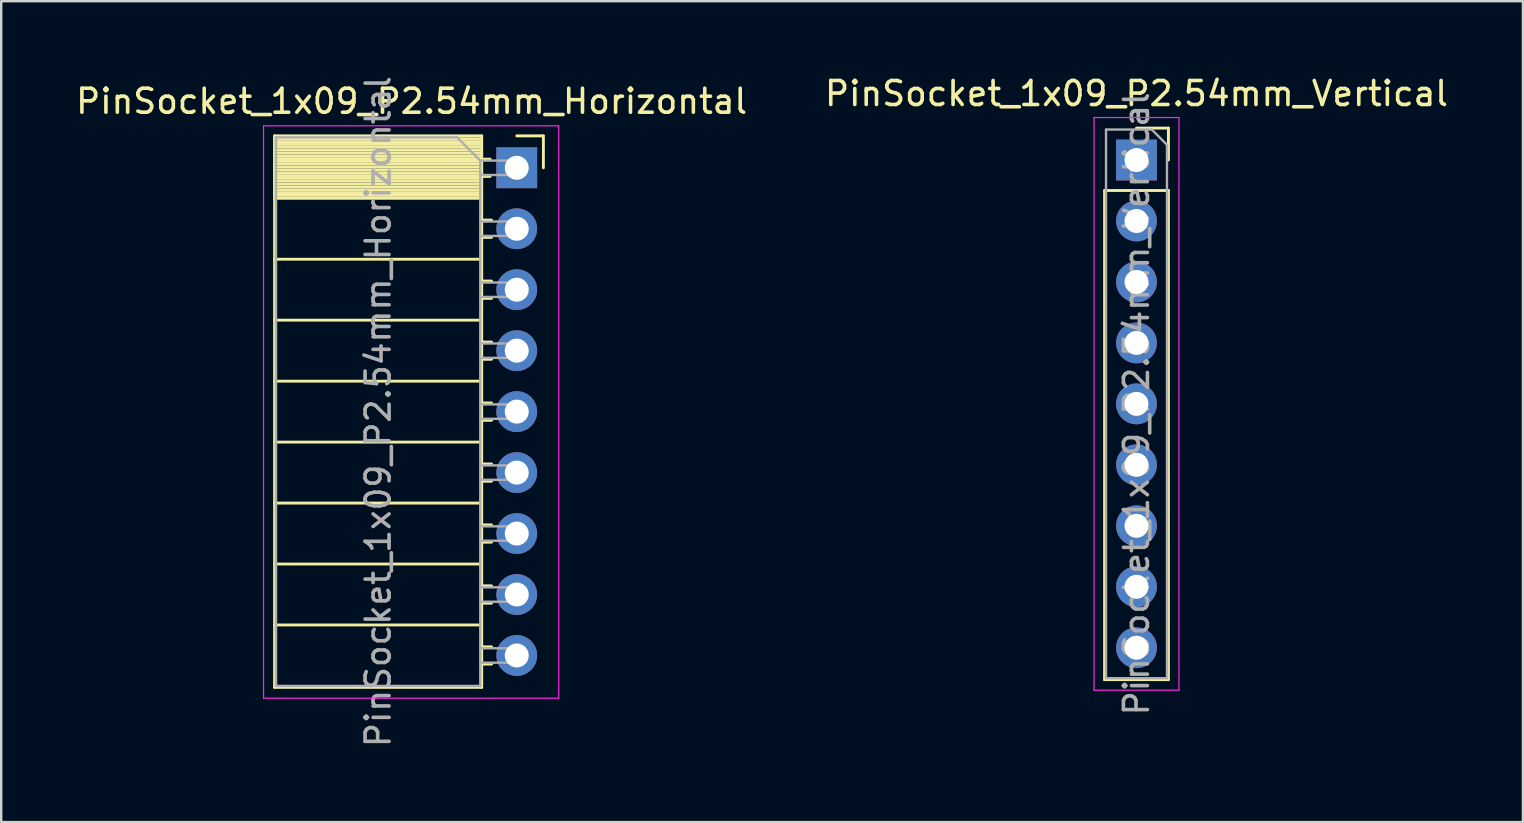
<source format=kicad_pcb>
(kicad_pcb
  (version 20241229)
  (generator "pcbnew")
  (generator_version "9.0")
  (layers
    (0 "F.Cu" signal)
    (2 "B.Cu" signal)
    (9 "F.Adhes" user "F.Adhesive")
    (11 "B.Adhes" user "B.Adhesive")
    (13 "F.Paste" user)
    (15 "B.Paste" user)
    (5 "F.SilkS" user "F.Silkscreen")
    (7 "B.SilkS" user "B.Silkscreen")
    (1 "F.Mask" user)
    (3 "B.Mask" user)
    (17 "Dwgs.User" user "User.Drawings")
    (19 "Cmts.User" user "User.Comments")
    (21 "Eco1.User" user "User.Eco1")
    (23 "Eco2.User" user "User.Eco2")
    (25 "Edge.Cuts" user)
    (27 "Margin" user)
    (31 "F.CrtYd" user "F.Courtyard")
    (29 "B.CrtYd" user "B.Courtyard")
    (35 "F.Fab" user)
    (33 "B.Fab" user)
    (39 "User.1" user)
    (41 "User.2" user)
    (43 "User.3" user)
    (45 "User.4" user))
  (footprint "PinSocket_1x09_P2.54mm_Vertical"
    (layer "F.Cu")
    (at 44.304 3.618)
    (property "Reference" "PinSocket_1x09_P2.54mm_Vertical" (at 0 -2.77 0) (layer "F.SilkS") (effects (font (size 1 1) (thickness 0.15))))
    (attr through_hole)
    (fp_line (start -1.33 1.27) (end -1.33 21.65) (stroke (width 0.12) (type solid)) (layer "F.SilkS"))
    (fp_line (start -1.33 1.27) (end 1.33 1.27) (stroke (width 0.12) (type solid)) (layer "F.SilkS"))
    (fp_line (start -1.33 21.65) (end 1.33 21.65) (stroke (width 0.12) (type solid)) (layer "F.SilkS"))
    (fp_line (start 0 -1.33) (end 1.33 -1.33) (stroke (width 0.12) (type solid)) (layer "F.SilkS"))
    (fp_line (start 1.33 -1.33) (end 1.33 0) (stroke (width 0.12) (type solid)) (layer "F.SilkS"))
    (fp_line (start 1.33 1.27) (end 1.33 21.65) (stroke (width 0.12) (type solid)) (layer "F.SilkS"))
    (fp_line (start -1.77 -1.77) (end 1.77 -1.77) (stroke (width 0.05) (type solid)) (layer "F.CrtYd"))
    (fp_line (start -1.77 22.09) (end -1.77 -1.77) (stroke (width 0.05) (type solid)) (layer "F.CrtYd"))
    (fp_line (start 1.77 -1.77) (end 1.77 22.09) (stroke (width 0.05) (type solid)) (layer "F.CrtYd"))
    (fp_line (start 1.77 22.09) (end -1.77 22.09) (stroke (width 0.05) (type solid)) (layer "F.CrtYd"))
    (fp_line (start -1.27 -1.27) (end 0.635 -1.27) (stroke (width 0.1) (type solid)) (layer "F.Fab"))
    (fp_line (start -1.27 21.59) (end -1.27 -1.27) (stroke (width 0.1) (type solid)) (layer "F.Fab"))
    (fp_line (start 0.635 -1.27) (end 1.27 -0.635) (stroke (width 0.1) (type solid)) (layer "F.Fab"))
    (fp_line (start 1.27 -0.635) (end 1.27 21.59) (stroke (width 0.1) (type solid)) (layer "F.Fab"))
    (fp_line (start 1.27 21.59) (end -1.27 21.59) (stroke (width 0.1) (type solid)) (layer "F.Fab"))
    (fp_text user "${REFERENCE}" (at 0 10.16 90) (layer "F.Fab") (effects (font (size 1 1) (thickness 0.15))))
    (pad "1" thru_hole rect (at 0 0) (size 1.7 1.7) (drill 1) (layers "*.Cu" "*.Mask"))
    (pad "2" thru_hole circle (at 0 2.54) (size 1.7 1.7) (drill 1) (layers "*.Cu" "*.Mask"))
    (pad "3" thru_hole circle (at 0 5.08) (size 1.7 1.7) (drill 1) (layers "*.Cu" "*.Mask"))
    (pad "4" thru_hole circle (at 0 7.62) (size 1.7 1.7) (drill 1) (layers "*.Cu" "*.Mask"))
    (pad "5" thru_hole circle (at 0 10.16) (size 1.7 1.7) (drill 1) (layers "*.Cu" "*.Mask"))
    (pad "6" thru_hole circle (at 0 12.7) (size 1.7 1.7) (drill 1) (layers "*.Cu" "*.Mask"))
    (pad "7" thru_hole circle (at 0 15.24) (size 1.7 1.7) (drill 1) (layers "*.Cu" "*.Mask"))
    (pad "8" thru_hole circle (at 0 17.78) (size 1.7 1.7) (drill 1) (layers "*.Cu" "*.Mask"))
    (pad "9" thru_hole circle (at 0 20.32) (size 1.7 1.7) (drill 1) (layers "*.Cu" "*.Mask")))
  (footprint "PinSocket_1x09_P2.54mm_Horizontal"
    (layer "F.Cu")
    (at 18.481 3.941)
    (property "Reference" "PinSocket_1x09_P2.54mm_Horizontal" (at -4.38 -2.77 0) (layer "F.SilkS") (effects (font (size 1 1) (thickness 0.15))))
    (attr through_hole)
    (fp_line (start -10.09 -1.33) (end -10.09 21.65) (stroke (width 0.12) (type solid)) (layer "F.SilkS"))
    (fp_line (start -10.09 -1.33) (end -1.46 -1.33) (stroke (width 0.12) (type solid)) (layer "F.SilkS"))
    (fp_line (start -10.09 -1.21) (end -1.46 -1.21) (stroke (width 0.12) (type solid)) (layer "F.SilkS"))
    (fp_line (start -10.09 -1.092) (end -1.46 -1.092) (stroke (width 0.12) (type solid)) (layer "F.SilkS"))
    (fp_line (start -10.09 -0.974) (end -1.46 -0.974) (stroke (width 0.12) (type solid)) (layer "F.SilkS"))
    (fp_line (start -10.09 -0.856) (end -1.46 -0.856) (stroke (width 0.12) (type solid)) (layer "F.SilkS"))
    (fp_line (start -10.09 -0.738) (end -1.46 -0.738) (stroke (width 0.12) (type solid)) (layer "F.SilkS"))
    (fp_line (start -10.09 -0.62) (end -1.46 -0.62) (stroke (width 0.12) (type solid)) (layer "F.SilkS"))
    (fp_line (start -10.09 -0.501) (end -1.46 -0.501) (stroke (width 0.12) (type solid)) (layer "F.SilkS"))
    (fp_line (start -10.09 -0.383) (end -1.46 -0.383) (stroke (width 0.12) (type solid)) (layer "F.SilkS"))
    (fp_line (start -10.09 -0.265) (end -1.46 -0.265) (stroke (width 0.12) (type solid)) (layer "F.SilkS"))
    (fp_line (start -10.09 -0.147) (end -1.46 -0.147) (stroke (width 0.12) (type solid)) (layer "F.SilkS"))
    (fp_line (start -10.09 -0.029) (end -1.46 -0.029) (stroke (width 0.12) (type solid)) (layer "F.SilkS"))
    (fp_line (start -10.09 0.089) (end -1.46 0.089) (stroke (width 0.12) (type solid)) (layer "F.SilkS"))
    (fp_line (start -10.09 0.207) (end -1.46 0.207) (stroke (width 0.12) (type solid)) (layer "F.SilkS"))
    (fp_line (start -10.09 0.325) (end -1.46 0.325) (stroke (width 0.12) (type solid)) (layer "F.SilkS"))
    (fp_line (start -10.09 0.443) (end -1.46 0.443) (stroke (width 0.12) (type solid)) (layer "F.SilkS"))
    (fp_line (start -10.09 0.561) (end -1.46 0.561) (stroke (width 0.12) (type solid)) (layer "F.SilkS"))
    (fp_line (start -10.09 0.68) (end -1.46 0.68) (stroke (width 0.12) (type solid)) (layer "F.SilkS"))
    (fp_line (start -10.09 0.798) (end -1.46 0.798) (stroke (width 0.12) (type solid)) (layer "F.SilkS"))
    (fp_line (start -10.09 0.916) (end -1.46 0.916) (stroke (width 0.12) (type solid)) (layer "F.SilkS"))
    (fp_line (start -10.09 1.034) (end -1.46 1.034) (stroke (width 0.12) (type solid)) (layer "F.SilkS"))
    (fp_line (start -10.09 1.152) (end -1.46 1.152) (stroke (width 0.12) (type solid)) (layer "F.SilkS"))
    (fp_line (start -10.09 1.27) (end -1.46 1.27) (stroke (width 0.12) (type solid)) (layer "F.SilkS"))
    (fp_line (start -10.09 3.81) (end -1.46 3.81) (stroke (width 0.12) (type solid)) (layer "F.SilkS"))
    (fp_line (start -10.09 6.35) (end -1.46 6.35) (stroke (width 0.12) (type solid)) (layer "F.SilkS"))
    (fp_line (start -10.09 8.89) (end -1.46 8.89) (stroke (width 0.12) (type solid)) (layer "F.SilkS"))
    (fp_line (start -10.09 11.43) (end -1.46 11.43) (stroke (width 0.12) (type solid)) (layer "F.SilkS"))
    (fp_line (start -10.09 13.97) (end -1.46 13.97) (stroke (width 0.12) (type solid)) (layer "F.SilkS"))
    (fp_line (start -10.09 16.51) (end -1.46 16.51) (stroke (width 0.12) (type solid)) (layer "F.SilkS"))
    (fp_line (start -10.09 19.05) (end -1.46 19.05) (stroke (width 0.12) (type solid)) (layer "F.SilkS"))
    (fp_line (start -10.09 21.65) (end -1.46 21.65) (stroke (width 0.12) (type solid)) (layer "F.SilkS"))
    (fp_line (start -1.46 -1.33) (end -1.46 21.65) (stroke (width 0.12) (type solid)) (layer "F.SilkS"))
    (fp_line (start -1.46 -0.36) (end -1.11 -0.36) (stroke (width 0.12) (type solid)) (layer "F.SilkS"))
    (fp_line (start -1.46 0.36) (end -1.11 0.36) (stroke (width 0.12) (type solid)) (layer "F.SilkS"))
    (fp_line (start -1.46 2.18) (end -1.05 2.18) (stroke (width 0.12) (type solid)) (layer "F.SilkS"))
    (fp_line (start -1.46 2.9) (end -1.05 2.9) (stroke (width 0.12) (type solid)) (layer "F.SilkS"))
    (fp_line (start -1.46 4.72) (end -1.05 4.72) (stroke (width 0.12) (type solid)) (layer "F.SilkS"))
    (fp_line (start -1.46 5.44) (end -1.05 5.44) (stroke (width 0.12) (type solid)) (layer "F.SilkS"))
    (fp_line (start -1.46 7.26) (end -1.05 7.26) (stroke (width 0.12) (type solid)) (layer "F.SilkS"))
    (fp_line (start -1.46 7.98) (end -1.05 7.98) (stroke (width 0.12) (type solid)) (layer "F.SilkS"))
    (fp_line (start -1.46 9.8) (end -1.05 9.8) (stroke (width 0.12) (type solid)) (layer "F.SilkS"))
    (fp_line (start -1.46 10.52) (end -1.05 10.52) (stroke (width 0.12) (type solid)) (layer "F.SilkS"))
    (fp_line (start -1.46 12.34) (end -1.05 12.34) (stroke (width 0.12) (type solid)) (layer "F.SilkS"))
    (fp_line (start -1.46 13.06) (end -1.05 13.06) (stroke (width 0.12) (type solid)) (layer "F.SilkS"))
    (fp_line (start -1.46 14.88) (end -1.05 14.88) (stroke (width 0.12) (type solid)) (layer "F.SilkS"))
    (fp_line (start -1.46 15.6) (end -1.05 15.6) (stroke (width 0.12) (type solid)) (layer "F.SilkS"))
    (fp_line (start -1.46 17.42) (end -1.05 17.42) (stroke (width 0.12) (type solid)) (layer "F.SilkS"))
    (fp_line (start -1.46 18.14) (end -1.05 18.14) (stroke (width 0.12) (type solid)) (layer "F.SilkS"))
    (fp_line (start -1.46 19.96) (end -1.05 19.96) (stroke (width 0.12) (type solid)) (layer "F.SilkS"))
    (fp_line (start -1.46 20.68) (end -1.05 20.68) (stroke (width 0.12) (type solid)) (layer "F.SilkS"))
    (fp_line (start 0 -1.33) (end 1.11 -1.33) (stroke (width 0.12) (type solid)) (layer "F.SilkS"))
    (fp_line (start 1.11 -1.33) (end 1.11 0) (stroke (width 0.12) (type solid)) (layer "F.SilkS"))
    (fp_line (start -10.55 -1.75) (end -10.55 22.1) (stroke (width 0.05) (type solid)) (layer "F.CrtYd"))
    (fp_line (start -10.55 22.1) (end 1.75 22.1) (stroke (width 0.05) (type solid)) (layer "F.CrtYd"))
    (fp_line (start 1.75 -1.75) (end -10.55 -1.75) (stroke (width 0.05) (type solid)) (layer "F.CrtYd"))
    (fp_line (start 1.75 22.1) (end 1.75 -1.75) (stroke (width 0.05) (type solid)) (layer "F.CrtYd"))
    (fp_line (start -10.03 -1.27) (end -2.49 -1.27) (stroke (width 0.1) (type solid)) (layer "F.Fab"))
    (fp_line (start -10.03 21.59) (end -10.03 -1.27) (stroke (width 0.1) (type solid)) (layer "F.Fab"))
    (fp_line (start -2.49 -1.27) (end -1.52 -0.3) (stroke (width 0.1) (type solid)) (layer "F.Fab"))
    (fp_line (start -1.52 -0.3) (end -1.52 21.59) (stroke (width 0.1) (type solid)) (layer "F.Fab"))
    (fp_line (start -1.52 0.3) (end 0 0.3) (stroke (width 0.1) (type solid)) (layer "F.Fab"))
    (fp_line (start -1.52 2.84) (end 0 2.84) (stroke (width 0.1) (type solid)) (layer "F.Fab"))
    (fp_line (start -1.52 5.38) (end 0 5.38) (stroke (width 0.1) (type solid)) (layer "F.Fab"))
    (fp_line (start -1.52 7.92) (end 0 7.92) (stroke (width 0.1) (type solid)) (layer "F.Fab"))
    (fp_line (start -1.52 10.46) (end 0 10.46) (stroke (width 0.1) (type solid)) (layer "F.Fab"))
    (fp_line (start -1.52 13) (end 0 13) (stroke (width 0.1) (type solid)) (layer "F.Fab"))
    (fp_line (start -1.52 15.54) (end 0 15.54) (stroke (width 0.1) (type solid)) (layer "F.Fab"))
    (fp_line (start -1.52 18.08) (end 0 18.08) (stroke (width 0.1) (type solid)) (layer "F.Fab"))
    (fp_line (start -1.52 20.62) (end 0 20.62) (stroke (width 0.1) (type solid)) (layer "F.Fab"))
    (fp_line (start -1.52 21.59) (end -10.03 21.59) (stroke (width 0.1) (type solid)) (layer "F.Fab"))
    (fp_line (start 0 -0.3) (end -1.52 -0.3) (stroke (width 0.1) (type solid)) (layer "F.Fab"))
    (fp_line (start 0 0.3) (end 0 -0.3) (stroke (width 0.1) (type solid)) (layer "F.Fab"))
    (fp_line (start 0 2.24) (end -1.52 2.24) (stroke (width 0.1) (type solid)) (layer "F.Fab"))
    (fp_line (start 0 2.84) (end 0 2.24) (stroke (width 0.1) (type solid)) (layer "F.Fab"))
    (fp_line (start 0 4.78) (end -1.52 4.78) (stroke (width 0.1) (type solid)) (layer "F.Fab"))
    (fp_line (start 0 5.38) (end 0 4.78) (stroke (width 0.1) (type solid)) (layer "F.Fab"))
    (fp_line (start 0 7.32) (end -1.52 7.32) (stroke (width 0.1) (type solid)) (layer "F.Fab"))
    (fp_line (start 0 7.92) (end 0 7.32) (stroke (width 0.1) (type solid)) (layer "F.Fab"))
    (fp_line (start 0 9.86) (end -1.52 9.86) (stroke (width 0.1) (type solid)) (layer "F.Fab"))
    (fp_line (start 0 10.46) (end 0 9.86) (stroke (width 0.1) (type solid)) (layer "F.Fab"))
    (fp_line (start 0 12.4) (end -1.52 12.4) (stroke (width 0.1) (type solid)) (layer "F.Fab"))
    (fp_line (start 0 13) (end 0 12.4) (stroke (width 0.1) (type solid)) (layer "F.Fab"))
    (fp_line (start 0 14.94) (end -1.52 14.94) (stroke (width 0.1) (type solid)) (layer "F.Fab"))
    (fp_line (start 0 15.54) (end 0 14.94) (stroke (width 0.1) (type solid)) (layer "F.Fab"))
    (fp_line (start 0 17.48) (end -1.52 17.48) (stroke (width 0.1) (type solid)) (layer "F.Fab"))
    (fp_line (start 0 18.08) (end 0 17.48) (stroke (width 0.1) (type solid)) (layer "F.Fab"))
    (fp_line (start 0 20.02) (end -1.52 20.02) (stroke (width 0.1) (type solid)) (layer "F.Fab"))
    (fp_line (start 0 20.62) (end 0 20.02) (stroke (width 0.1) (type solid)) (layer "F.Fab"))
    (fp_text user "${REFERENCE}" (at -5.775 10.16 90) (layer "F.Fab") (effects (font (size 1 1) (thickness 0.15))))
    (pad "1" thru_hole rect (at 0 0) (size 1.7 1.7) (drill 1) (layers "*.Cu" "*.Mask"))
    (pad "2" thru_hole circle (at 0 2.54) (size 1.7 1.7) (drill 1) (layers "*.Cu" "*.Mask"))
    (pad "3" thru_hole circle (at 0 5.08) (size 1.7 1.7) (drill 1) (layers "*.Cu" "*.Mask"))
    (pad "4" thru_hole circle (at 0 7.62) (size 1.7 1.7) (drill 1) (layers "*.Cu" "*.Mask"))
    (pad "5" thru_hole circle (at 0 10.16) (size 1.7 1.7) (drill 1) (layers "*.Cu" "*.Mask"))
    (pad "6" thru_hole circle (at 0 12.7) (size 1.7 1.7) (drill 1) (layers "*.Cu" "*.Mask"))
    (pad "7" thru_hole circle (at 0 15.24) (size 1.7 1.7) (drill 1) (layers "*.Cu" "*.Mask"))
    (pad "8" thru_hole circle (at 0 17.78) (size 1.7 1.7) (drill 1) (layers "*.Cu" "*.Mask"))
    (pad "9" thru_hole circle (at 0 20.32) (size 1.7 1.7) (drill 1) (layers "*.Cu" "*.Mask")))
  (gr_rect
    (start -3 -3)
    (end 60.405 31.202)
    (stroke (width 0.1) (type default))
    (fill no)
    (layer "Edge.Cuts")))
</source>
